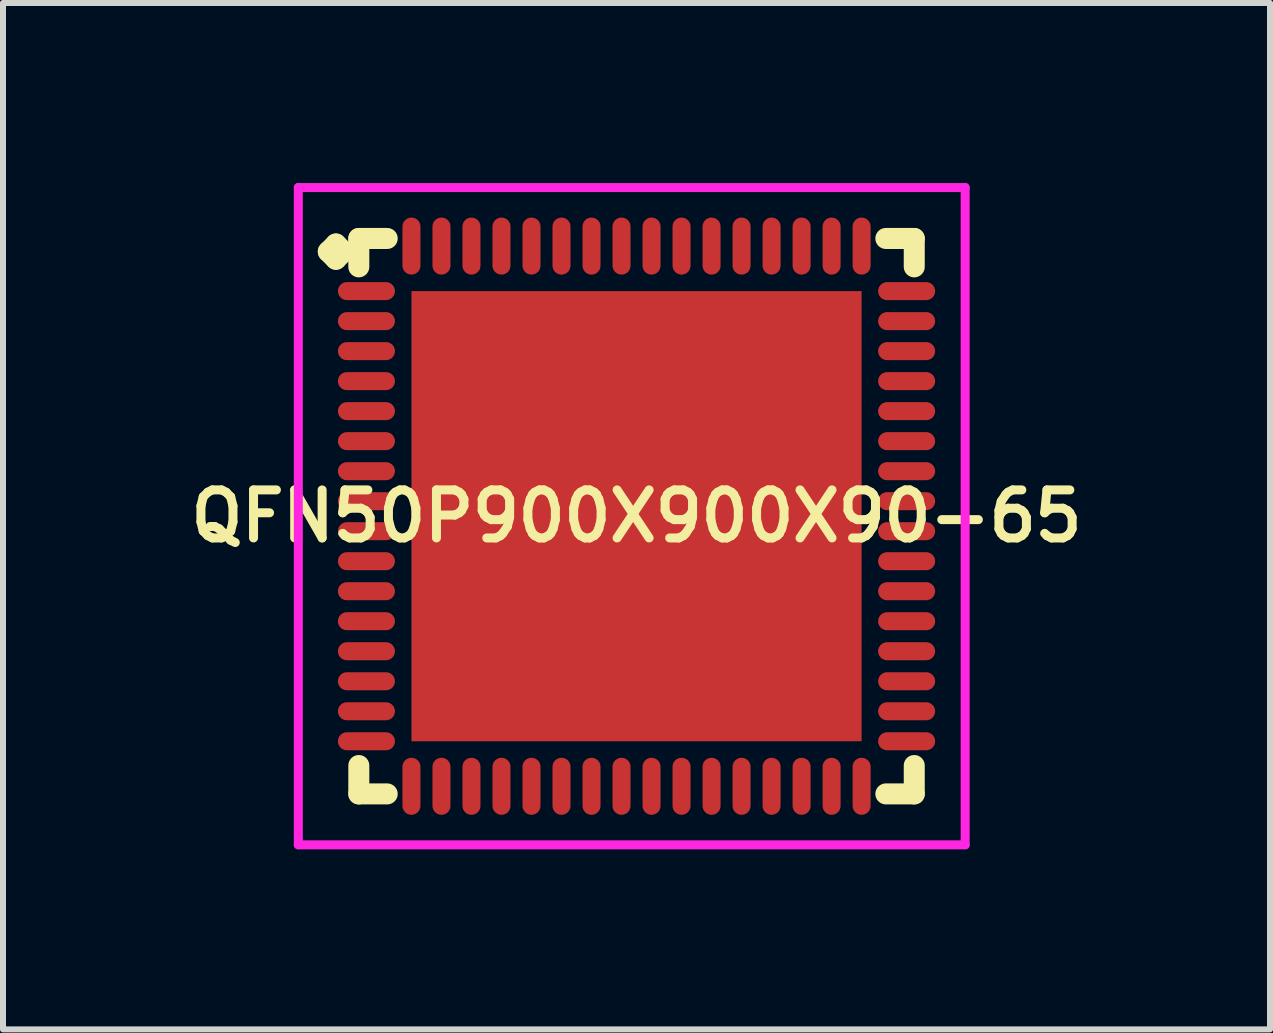
<source format=kicad_pcb>
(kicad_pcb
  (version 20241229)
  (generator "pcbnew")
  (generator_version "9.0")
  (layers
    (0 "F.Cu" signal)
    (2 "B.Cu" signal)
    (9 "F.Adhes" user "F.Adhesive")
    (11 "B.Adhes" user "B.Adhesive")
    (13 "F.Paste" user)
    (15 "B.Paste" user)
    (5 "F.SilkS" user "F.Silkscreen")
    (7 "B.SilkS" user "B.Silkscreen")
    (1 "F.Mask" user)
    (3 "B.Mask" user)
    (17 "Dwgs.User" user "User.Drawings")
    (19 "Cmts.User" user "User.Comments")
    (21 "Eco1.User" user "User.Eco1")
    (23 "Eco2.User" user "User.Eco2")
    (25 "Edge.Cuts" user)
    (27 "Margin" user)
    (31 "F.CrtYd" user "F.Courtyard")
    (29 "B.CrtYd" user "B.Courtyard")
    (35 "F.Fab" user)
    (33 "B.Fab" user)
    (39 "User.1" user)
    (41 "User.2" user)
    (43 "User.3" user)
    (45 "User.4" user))
  (footprint "QFN50P900X900X90-65"
    (layer "F.Cu")
    (at 7.555 5.55)
    (property "Reference" "QFN50P900X900X90-65" (at 0 0 0) (layer "F.SilkS") (effects (font (size 0.8 0.8) (thickness 0.15))))
    (attr smd)
    (fp_line (start -5.135 -4.408) (end -5.008 -4.535) (stroke (width 0.35) (type solid)) (layer "F.SilkS"))
    (fp_line (start -5.008 -4.535) (end -4.881 -4.408) (stroke (width 0.35) (type solid)) (layer "F.SilkS"))
    (fp_line (start -5.008 -4.281) (end -5.135 -4.408) (stroke (width 0.35) (type solid)) (layer "F.SilkS"))
    (fp_line (start -4.881 -4.408) (end -5.008 -4.281) (stroke (width 0.35) (type solid)) (layer "F.SilkS"))
    (fp_line (start -4.627 -4.627) (end -4.154 -4.627) (stroke (width 0.35) (type solid)) (layer "F.SilkS"))
    (fp_line (start -4.627 -4.154) (end -4.627 -4.627) (stroke (width 0.35) (type solid)) (layer "F.SilkS"))
    (fp_line (start -4.627 4.154) (end -4.627 4.627) (stroke (width 0.35) (type solid)) (layer "F.SilkS"))
    (fp_line (start -4.627 4.627) (end -4.154 4.627) (stroke (width 0.35) (type solid)) (layer "F.SilkS"))
    (fp_line (start 4.154 -4.627) (end 4.627 -4.627) (stroke (width 0.35) (type solid)) (layer "F.SilkS"))
    (fp_line (start 4.154 4.627) (end 4.627 4.627) (stroke (width 0.35) (type solid)) (layer "F.SilkS"))
    (fp_line (start 4.627 -4.627) (end 4.627 -4.154) (stroke (width 0.35) (type solid)) (layer "F.SilkS"))
    (fp_line (start 4.627 4.627) (end 4.627 4.154) (stroke (width 0.35) (type solid)) (layer "F.SilkS"))
    (fp_line (start -5.635 -5.475) (end 5.475 -5.475) (stroke (width 0.15) (type solid)) (layer "F.CrtYd"))
    (fp_line (start -5.635 5.475) (end -5.635 -5.475) (stroke (width 0.15) (type solid)) (layer "F.CrtYd"))
    (fp_line (start 5.475 -5.475) (end 5.475 5.475) (stroke (width 0.15) (type solid)) (layer "F.CrtYd"))
    (fp_line (start 5.475 5.475) (end -5.635 5.475) (stroke (width 0.15) (type solid)) (layer "F.CrtYd"))
    (pad "1" smd oval (at -4.5 -3.75) (size 0.95 0.3) (layers "F.Cu" "F.Mask" "F.Paste"))
    (pad "2" smd oval (at -4.5 -3.25) (size 0.95 0.3) (layers "F.Cu" "F.Mask" "F.Paste"))
    (pad "3" smd oval (at -4.5 -2.75) (size 0.95 0.3) (layers "F.Cu" "F.Mask" "F.Paste"))
    (pad "4" smd oval (at -4.5 -2.25) (size 0.95 0.3) (layers "F.Cu" "F.Mask" "F.Paste"))
    (pad "5" smd oval (at -4.5 -1.75) (size 0.95 0.3) (layers "F.Cu" "F.Mask" "F.Paste"))
    (pad "6" smd oval (at -4.5 -1.25) (size 0.95 0.3) (layers "F.Cu" "F.Mask" "F.Paste"))
    (pad "7" smd oval (at -4.5 -0.75) (size 0.95 0.3) (layers "F.Cu" "F.Mask" "F.Paste"))
    (pad "8" smd oval (at -4.5 -0.25) (size 0.95 0.3) (layers "F.Cu" "F.Mask" "F.Paste"))
    (pad "9" smd oval (at -4.5 0.25) (size 0.95 0.3) (layers "F.Cu" "F.Mask" "F.Paste"))
    (pad "10" smd oval (at -4.5 0.75) (size 0.95 0.3) (layers "F.Cu" "F.Mask" "F.Paste"))
    (pad "11" smd oval (at -4.5 1.25) (size 0.95 0.3) (layers "F.Cu" "F.Mask" "F.Paste"))
    (pad "12" smd oval (at -4.5 1.75) (size 0.95 0.3) (layers "F.Cu" "F.Mask" "F.Paste"))
    (pad "13" smd oval (at -4.5 2.25) (size 0.95 0.3) (layers "F.Cu" "F.Mask" "F.Paste"))
    (pad "14" smd oval (at -4.5 2.75) (size 0.95 0.3) (layers "F.Cu" "F.Mask" "F.Paste"))
    (pad "15" smd oval (at -4.5 3.25) (size 0.95 0.3) (layers "F.Cu" "F.Mask" "F.Paste"))
    (pad "16" smd oval (at -4.5 3.75) (size 0.95 0.3) (layers "F.Cu" "F.Mask" "F.Paste"))
    (pad "17" smd oval (at -3.75 4.5) (size 0.3 0.95) (layers "F.Cu" "F.Mask" "F.Paste"))
    (pad "18" smd oval (at -3.25 4.5) (size 0.3 0.95) (layers "F.Cu" "F.Mask" "F.Paste"))
    (pad "19" smd oval (at -2.75 4.5) (size 0.3 0.95) (layers "F.Cu" "F.Mask" "F.Paste"))
    (pad "20" smd oval (at -2.25 4.5) (size 0.3 0.95) (layers "F.Cu" "F.Mask" "F.Paste"))
    (pad "21" smd oval (at -1.75 4.5) (size 0.3 0.95) (layers "F.Cu" "F.Mask" "F.Paste"))
    (pad "22" smd oval (at -1.25 4.5) (size 0.3 0.95) (layers "F.Cu" "F.Mask" "F.Paste"))
    (pad "23" smd oval (at -0.75 4.5) (size 0.3 0.95) (layers "F.Cu" "F.Mask" "F.Paste"))
    (pad "24" smd oval (at -0.25 4.5) (size 0.3 0.95) (layers "F.Cu" "F.Mask" "F.Paste"))
    (pad "25" smd oval (at 0.25 4.5) (size 0.3 0.95) (layers "F.Cu" "F.Mask" "F.Paste"))
    (pad "26" smd oval (at 0.75 4.5) (size 0.3 0.95) (layers "F.Cu" "F.Mask" "F.Paste"))
    (pad "27" smd oval (at 1.25 4.5) (size 0.3 0.95) (layers "F.Cu" "F.Mask" "F.Paste"))
    (pad "28" smd oval (at 1.75 4.5) (size 0.3 0.95) (layers "F.Cu" "F.Mask" "F.Paste"))
    (pad "29" smd oval (at 2.25 4.5) (size 0.3 0.95) (layers "F.Cu" "F.Mask" "F.Paste"))
    (pad "30" smd oval (at 2.75 4.5) (size 0.3 0.95) (layers "F.Cu" "F.Mask" "F.Paste"))
    (pad "31" smd oval (at 3.25 4.5) (size 0.3 0.95) (layers "F.Cu" "F.Mask" "F.Paste"))
    (pad "32" smd oval (at 3.75 4.5) (size 0.3 0.95) (layers "F.Cu" "F.Mask" "F.Paste"))
    (pad "33" smd oval (at 4.5 3.75) (size 0.95 0.3) (layers "F.Cu" "F.Mask" "F.Paste"))
    (pad "34" smd oval (at 4.5 3.25) (size 0.95 0.3) (layers "F.Cu" "F.Mask" "F.Paste"))
    (pad "35" smd oval (at 4.5 2.75) (size 0.95 0.3) (layers "F.Cu" "F.Mask" "F.Paste"))
    (pad "36" smd oval (at 4.5 2.25) (size 0.95 0.3) (layers "F.Cu" "F.Mask" "F.Paste"))
    (pad "37" smd oval (at 4.5 1.75) (size 0.95 0.3) (layers "F.Cu" "F.Mask" "F.Paste"))
    (pad "38" smd oval (at 4.5 1.25) (size 0.95 0.3) (layers "F.Cu" "F.Mask" "F.Paste"))
    (pad "39" smd oval (at 4.5 0.75) (size 0.95 0.3) (layers "F.Cu" "F.Mask" "F.Paste"))
    (pad "40" smd oval (at 4.5 0.25) (size 0.95 0.3) (layers "F.Cu" "F.Mask" "F.Paste"))
    (pad "41" smd oval (at 4.5 -0.25) (size 0.95 0.3) (layers "F.Cu" "F.Mask" "F.Paste"))
    (pad "42" smd oval (at 4.5 -0.75) (size 0.95 0.3) (layers "F.Cu" "F.Mask" "F.Paste"))
    (pad "43" smd oval (at 4.5 -1.25) (size 0.95 0.3) (layers "F.Cu" "F.Mask" "F.Paste"))
    (pad "44" smd oval (at 4.5 -1.75) (size 0.95 0.3) (layers "F.Cu" "F.Mask" "F.Paste"))
    (pad "45" smd oval (at 4.5 -2.25) (size 0.95 0.3) (layers "F.Cu" "F.Mask" "F.Paste"))
    (pad "46" smd oval (at 4.5 -2.75) (size 0.95 0.3) (layers "F.Cu" "F.Mask" "F.Paste"))
    (pad "47" smd oval (at 4.5 -3.25) (size 0.95 0.3) (layers "F.Cu" "F.Mask" "F.Paste"))
    (pad "48" smd oval (at 4.5 -3.75) (size 0.95 0.3) (layers "F.Cu" "F.Mask" "F.Paste"))
    (pad "49" smd oval (at 3.75 -4.5) (size 0.3 0.95) (layers "F.Cu" "F.Mask" "F.Paste"))
    (pad "50" smd oval (at 3.25 -4.5) (size 0.3 0.95) (layers "F.Cu" "F.Mask" "F.Paste"))
    (pad "51" smd oval (at 2.75 -4.5) (size 0.3 0.95) (layers "F.Cu" "F.Mask" "F.Paste"))
    (pad "52" smd oval (at 2.25 -4.5) (size 0.3 0.95) (layers "F.Cu" "F.Mask" "F.Paste"))
    (pad "53" smd oval (at 1.75 -4.5) (size 0.3 0.95) (layers "F.Cu" "F.Mask" "F.Paste"))
    (pad "54" smd oval (at 1.25 -4.5) (size 0.3 0.95) (layers "F.Cu" "F.Mask" "F.Paste"))
    (pad "55" smd oval (at 0.75 -4.5) (size 0.3 0.95) (layers "F.Cu" "F.Mask" "F.Paste"))
    (pad "56" smd oval (at 0.25 -4.5) (size 0.3 0.95) (layers "F.Cu" "F.Mask" "F.Paste"))
    (pad "57" smd oval (at -0.25 -4.5) (size 0.3 0.95) (layers "F.Cu" "F.Mask" "F.Paste"))
    (pad "58" smd oval (at -0.75 -4.5) (size 0.3 0.95) (layers "F.Cu" "F.Mask" "F.Paste"))
    (pad "59" smd oval (at -1.25 -4.5) (size 0.3 0.95) (layers "F.Cu" "F.Mask" "F.Paste"))
    (pad "60" smd oval (at -1.75 -4.5) (size 0.3 0.95) (layers "F.Cu" "F.Mask" "F.Paste"))
    (pad "61" smd oval (at -2.25 -4.5) (size 0.3 0.95) (layers "F.Cu" "F.Mask" "F.Paste"))
    (pad "62" smd oval (at -2.75 -4.5) (size 0.3 0.95) (layers "F.Cu" "F.Mask" "F.Paste"))
    (pad "63" smd oval (at -3.25 -4.5) (size 0.3 0.95) (layers "F.Cu" "F.Mask" "F.Paste"))
    (pad "64" smd oval (at -3.75 -4.5) (size 0.3 0.95) (layers "F.Cu" "F.Mask" "F.Paste"))
    (pad "65" smd rect (at 0 0) (size 7.5 7.5) (layers "F.Cu" "F.Mask" "F.Paste")))
  (gr_rect
    (start -3 -3)
    (end 18.109 14.1)
    (stroke (width 0.1) (type default))
    (fill no)
    (layer "Edge.Cuts")))
</source>
